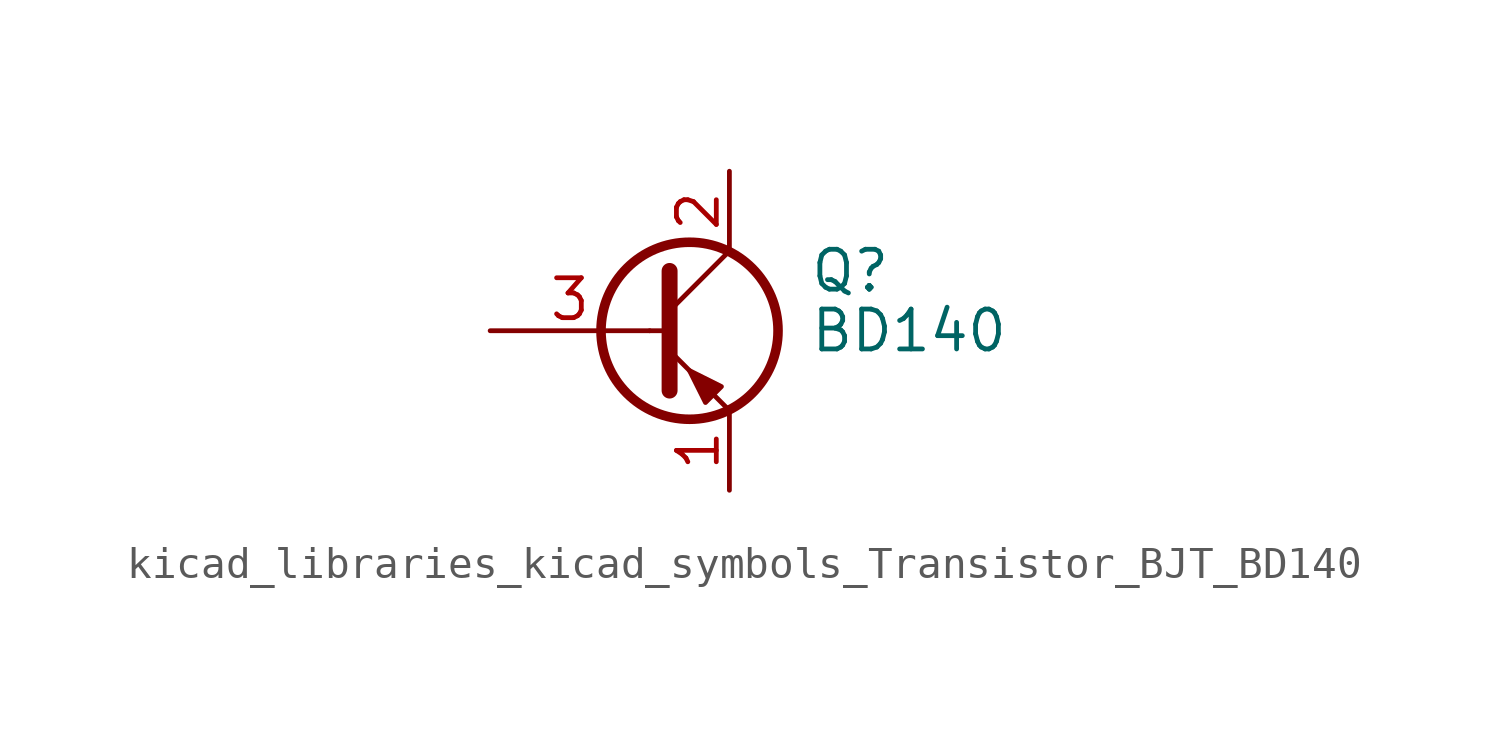
<source format=kicad_sym>
(kicad_symbol_lib
  (version 20220914)
  (generator kicad_symbol_editor)
  (symbol "kicad_libraries_kicad_symbols_Transistor_BJT_BD140"
    (pin_names
      (offset 0) hide)
    (property "Reference" "Q"
      (at 5.08 1.905 0)
      (effects (font (size 1.27 1.27)) (justify left)))
    (property "Value" "BD140"
      (at 5.08 0 0)
      (effects (font (size 1.27 1.27)) (justify left)))
    (symbol "kicad_libraries_kicad_symbols_Transistor_BJT_BD140_0_1"
      (polyline (pts (xy 0 0) (xy 0.635 0)) (stroke (width 0) (type default)) (fill (type none)))
      (polyline (pts (xy 2.54 -2.54) (xy 0.635 -0.635)) (stroke (width 0) (type default)) (fill (type none)))
      (polyline (pts (xy 2.54 2.54) (xy 0.635 0.635)) (stroke (width 0) (type default)) (fill (type none)))
      (polyline (pts (xy 0.635 1.905) (xy 0.635 -1.905) (xy 0.635 -1.905)) (stroke (width 0.508) (type default)) (fill (type outline)))
      (polyline (pts (xy 1.778 -2.286) (xy 2.286 -1.778) (xy 1.27 -1.27) (xy 1.778 -2.286) (xy 1.778 -2.286)) (stroke (width 0) (type default)) (fill (type outline)))
      (circle (center 1.27 0) (radius 2.819) (stroke (width 0.305) (type default)) (fill (type none))))
    (symbol "kicad_libraries_kicad_symbols_Transistor_BJT_BD140_1_1"
      (pin passive line (at 2.54 -5.08 90) (length 2.54) (name "E" (effects (font (size 1.27 1.27)))) (number "1" (effects (font (size 1.27 1.27)))))
      (pin passive line (at 2.54 5.08 270) (length 2.54) (name "C" (effects (font (size 1.27 1.27)))) (number "2" (effects (font (size 1.27 1.27)))))
      (pin input line (at -5.08 0 0) (length 5.08) (name "B" (effects (font (size 1.27 1.27)))) (number "3" (effects (font (size 1.27 1.27))))))))
</source>
